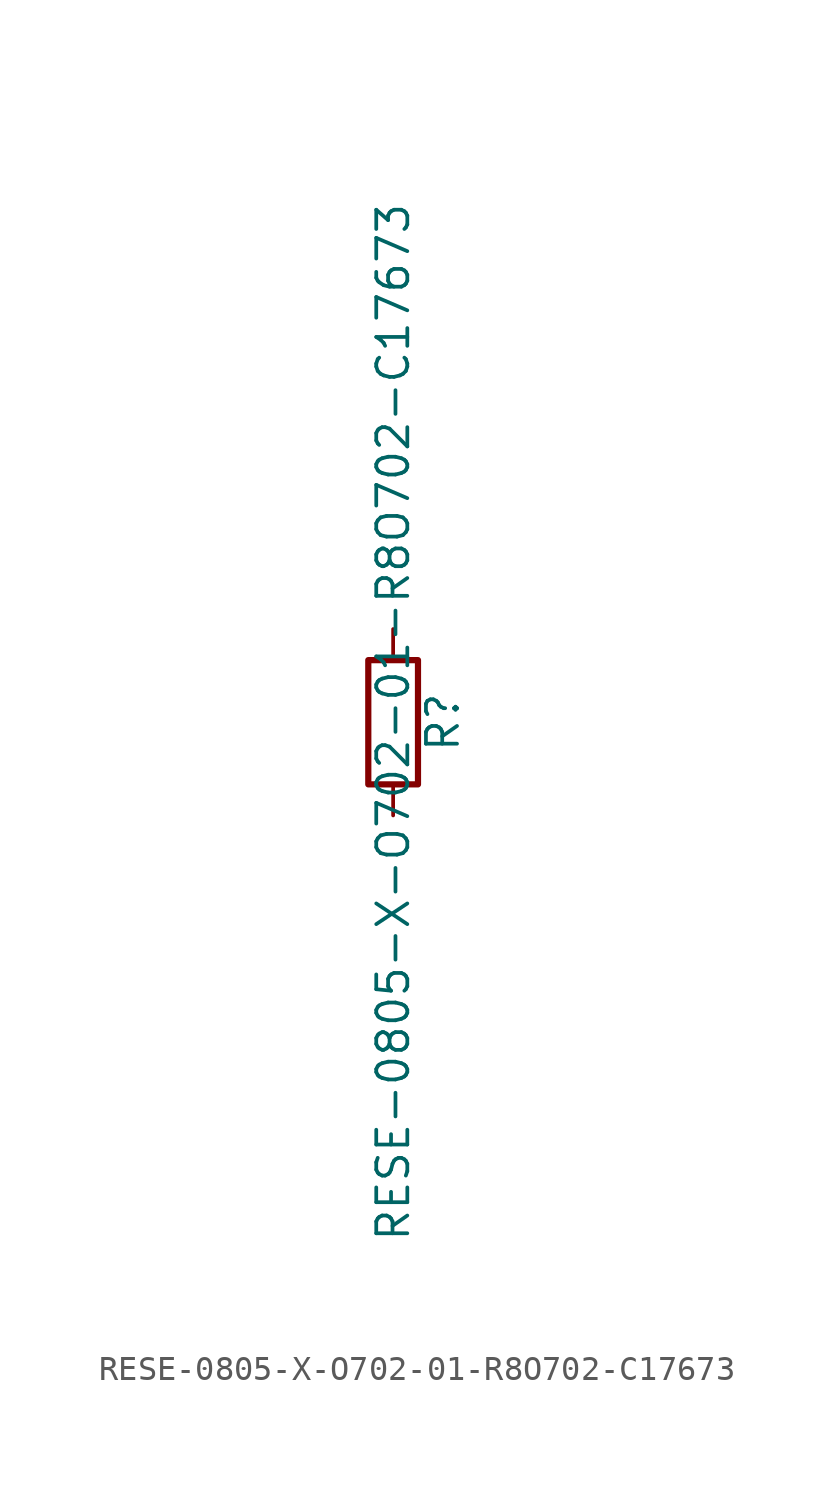
<source format=kicad_sym>
(kicad_symbol_lib
  (version 20211014)
  (generator kicad_symbol_editor)
  (symbol "RESE-0805-X-O702-01-R8O702-C17673"
    (pin_numbers hide)
    (pin_names
      (offset 0))
    (property "Reference" "R"
      (at 2.032 0 90)
      (effects (font (size 1.27 1.27))))
    (property "Value" "RESE-0805-X-O702-01-R8O702-C17673"
      (at 0 0 90)
      (effects (font (size 1.27 1.27))))
    (symbol "RESE-0805-X-O702-01-R8O702-C17673_0_1"
      (rectangle (start -1.016 -2.54) (end 1.016 2.54) (stroke (width 0.254) (type default) (color 0 0 0 0)) (fill (type none))))
    (symbol "RESE-0805-X-O702-01-R8O702-C17673_1_1"
      (pin passive line (at 0 3.81 270) (length 1.27) (name "~" (effects (font (size 1.27 1.27)))) (number "1" (effects (font (size 1.27 1.27)))))
      (pin passive line (at 0 -3.81 90) (length 1.27) (name "~" (effects (font (size 1.27 1.27)))) (number "2" (effects (font (size 1.27 1.27))))))))
</source>
